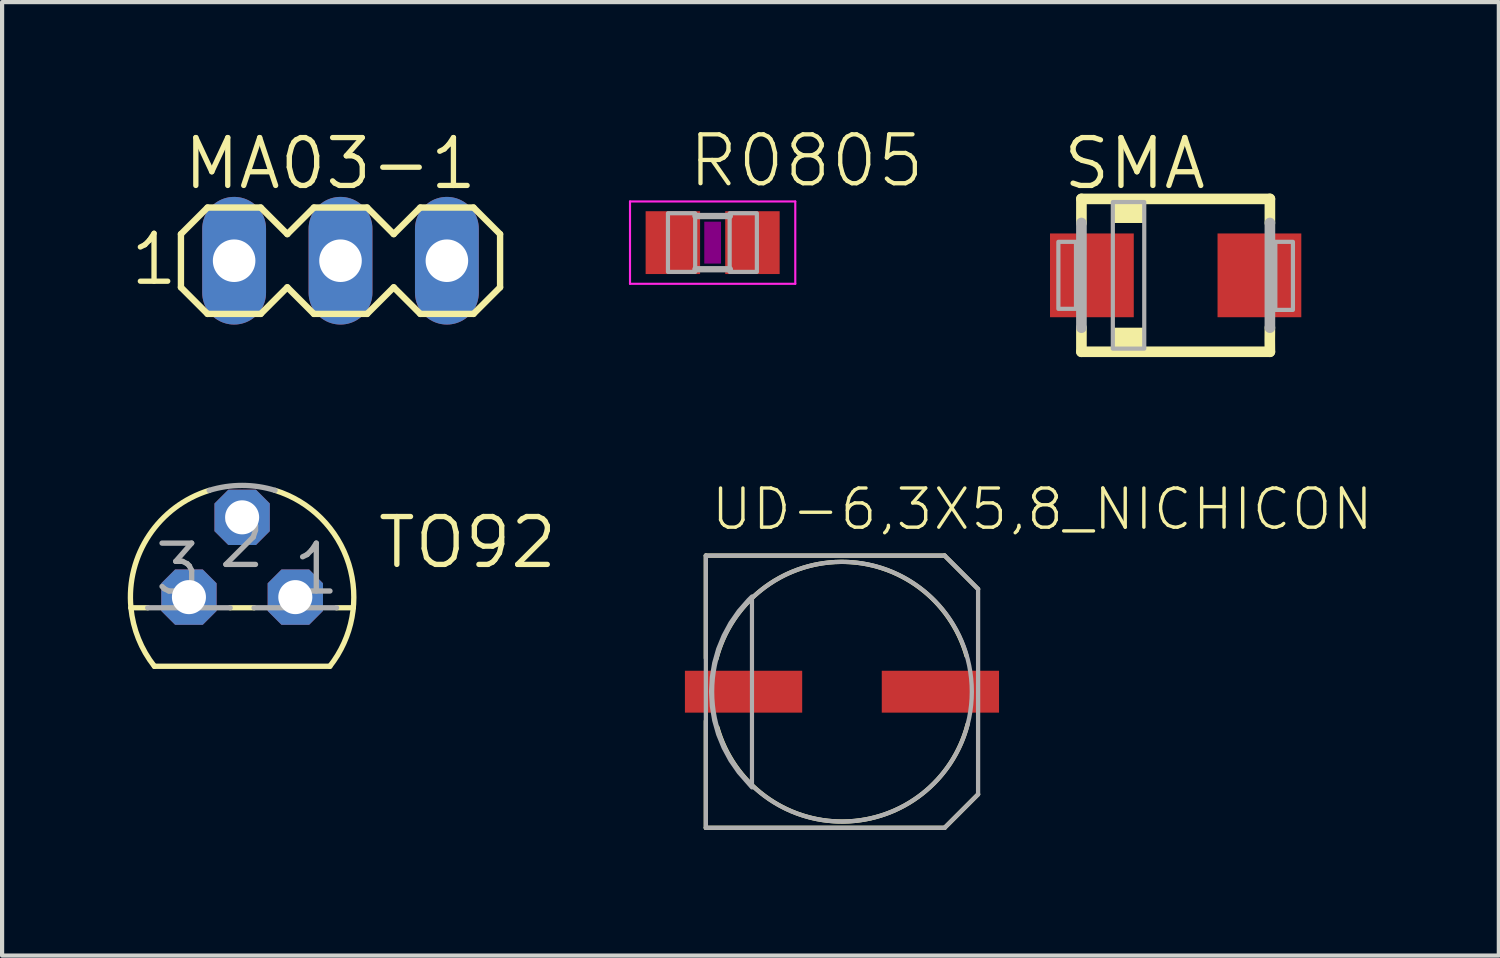
<source format=kicad_pcb>
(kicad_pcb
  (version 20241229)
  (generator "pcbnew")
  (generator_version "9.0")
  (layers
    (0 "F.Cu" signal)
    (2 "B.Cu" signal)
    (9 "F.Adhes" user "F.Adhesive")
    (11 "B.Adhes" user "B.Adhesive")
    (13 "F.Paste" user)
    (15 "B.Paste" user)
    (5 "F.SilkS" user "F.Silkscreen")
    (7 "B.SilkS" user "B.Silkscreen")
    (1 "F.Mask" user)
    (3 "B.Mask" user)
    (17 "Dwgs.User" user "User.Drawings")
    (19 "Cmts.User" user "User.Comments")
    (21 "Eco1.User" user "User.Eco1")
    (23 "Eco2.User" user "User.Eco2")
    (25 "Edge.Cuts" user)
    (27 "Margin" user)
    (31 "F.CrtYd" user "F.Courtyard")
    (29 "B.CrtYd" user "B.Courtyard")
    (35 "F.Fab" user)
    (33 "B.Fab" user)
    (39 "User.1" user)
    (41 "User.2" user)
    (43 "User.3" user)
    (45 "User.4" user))
  (footprint "TO92"
    (layer "F.Cu")
    (at 2.731 11.207)
    (property "Reference" "TO92" (at 3.175 -0.635 0) (layer "F.SilkS") (effects (font (size 1.143 1.143) (thickness 0.127)) (justify left bottom)))
    (fp_line (start -2.655 0.254) (end -2.254 0.254) (stroke (width 0.127) (type solid)) (layer "F.SilkS"))
    (fp_line (start -2.095 1.651) (end 2.095 1.651) (stroke (width 0.127) (type solid)) (layer "F.SilkS"))
    (fp_line (start -0.286 0.254) (end 0.286 0.254) (stroke (width 0.127) (type solid)) (layer "F.SilkS"))
    (fp_line (start 2.254 0.254) (end 2.655 0.254) (stroke (width 0.127) (type solid)) (layer "F.SilkS"))
    (fp_arc (start -2.6549 0.254) (mid -2.219001 -1.479566) (end -0.786299 -2.548501) (stroke (width 0.127) (type solid)) (layer "F.SilkS"))
    (fp_arc (start -2.0946 1.651) (mid -2.475347 0.992847) (end -2.654901 0.254) (stroke (width 0.127) (type solid)) (layer "F.SilkS"))
    (fp_arc (start 0.7863 -2.5484) (mid 2.546275 -0.793203) (end 2.094499 1.651) (stroke (width 0.127) (type solid)) (layer "F.SilkS"))
    (fp_line (start -2.254 0.254) (end -0.286 0.254) (stroke (width 0.127) (type solid)) (layer "F.Fab"))
    (fp_line (start 0.286 0.254) (end 2.254 0.254) (stroke (width 0.127) (type solid)) (layer "F.Fab"))
    (fp_arc (start -0.7863 -2.5485) (mid 0 -2.667043) (end 0.7863 -2.5485) (stroke (width 0.127) (type solid)) (layer "F.Fab"))
    (fp_text user "1" (at 1.143 0 0) (layer "F.Fab") (effects (font (size 1.143 1.143) (thickness 0.127)) (justify left bottom)))
    (fp_text user "3" (at -2.159 0 0) (layer "F.Fab") (effects (font (size 1.143 1.143) (thickness 0.127)) (justify left bottom)))
    (fp_text user "2" (at -0.635 -0.635 0) (layer "F.Fab") (effects (font (size 1.143 1.143) (thickness 0.127)) (justify left bottom)))
    (pad "1" thru_hole roundrect (at 1.27 0) (size 1.321 1.321) (drill 0.813) (layers "*.Cu" "*.Mask") (roundrect_rratio 0.25) (chamfer_ratio 0.25) (chamfer top_left top_right bottom_left bottom_right))
    (pad "2" thru_hole roundrect (at 0 -1.905) (size 1.321 1.321) (drill 0.813) (layers "*.Cu" "*.Mask") (roundrect_rratio 0.25) (chamfer_ratio 0.25) (chamfer top_left top_right bottom_left bottom_right))
    (pad "3" thru_hole roundrect (at -1.27 0) (size 1.321 1.321) (drill 0.813) (layers "*.Cu" "*.Mask") (roundrect_rratio 0.25) (chamfer_ratio 0.25) (chamfer top_left top_right bottom_left bottom_right)))
  (footprint "UD-6,3X5,8_NICHICON"
    (layer "F.Cu")
    (at 17.053 13.465)
    (property "Reference" "UD-6,3X5,8_NICHICON" (at -3.175 -3.81 0) (layer "F.SilkS") (effects (font (size 0.935 0.935) (thickness 0.081)) (justify left bottom)))
    (fp_line (start -3.25 -3.25) (end 2.45 -3.25) (stroke (width 0.102) (type solid)) (layer "F.SilkS"))
    (fp_line (start -3.25 -0.8) (end -3.25 -3.25) (stroke (width 0.102) (type solid)) (layer "F.SilkS"))
    (fp_line (start -3.25 3.25) (end -3.25 0.7) (stroke (width 0.102) (type solid)) (layer "F.SilkS"))
    (fp_line (start 2.45 -3.25) (end 3.25 -2.45) (stroke (width 0.102) (type solid)) (layer "F.SilkS"))
    (fp_line (start 2.45 3.25) (end -3.25 3.25) (stroke (width 0.102) (type solid)) (layer "F.SilkS"))
    (fp_line (start 3.25 2.45) (end 2.45 3.25) (stroke (width 0.102) (type solid)) (layer "F.SilkS"))
    (fp_arc (start -3 -0.775) (mid -0.04121 -3.099781) (end 2.975001 -0.85) (stroke (width 0.1016) (type solid)) (layer "F.SilkS"))
    (fp_arc (start 3 0.775) (mid 0.04121 3.099781) (end -2.975001 0.85) (stroke (width 0.1016) (type solid)) (layer "F.SilkS"))
    (fp_line (start -3.25 -3.25) (end 2.45 -3.25) (stroke (width 0.102) (type solid)) (layer "F.Fab"))
    (fp_line (start -3.25 3.25) (end -3.25 -3.25) (stroke (width 0.102) (type solid)) (layer "F.Fab"))
    (fp_line (start 2.45 -3.25) (end 3.25 -2.45) (stroke (width 0.102) (type solid)) (layer "F.Fab"))
    (fp_line (start 2.45 3.25) (end -3.25 3.25) (stroke (width 0.102) (type solid)) (layer "F.Fab"))
    (fp_line (start 3.25 -2.45) (end 3.25 2.45) (stroke (width 0.102) (type solid)) (layer "F.Fab"))
    (fp_line (start 3.25 2.45) (end 2.45 3.25) (stroke (width 0.102) (type solid)) (layer "F.Fab"))
    (fp_circle (center 0 0) (end 3.1 0) (stroke (width 0.102) (type solid)) (fill no) (layer "F.Fab"))
    (fp_poly (pts (xy -2.149 2.285) (xy -2.464 1.925) (xy -2.661 1.642) (xy -2.825 1.338) (xy -2.956 1.018) (xy -3.05 0.686) (xy -3.107 0.345) (xy -3.126 0.000001) (xy -3.107 -0.345) (xy -3.05 -0.686) (xy -2.956 -1.018) (xy -2.825 -1.338) (xy -2.661 -1.642) (xy -2.464 -1.925) (xy -2.237 -2.185) (xy -2.149 -2.273)) (stroke (width 0.1) (type solid)) (fill no) (layer "F.Fab"))
    (pad "+" smd rect (at 2.35 0) (size 2.8 1) (layers "F.Cu" "F.Mask" "F.Paste"))
    (pad "-" smd rect (at -2.35 0) (size 2.8 1) (layers "F.Cu" "F.Mask" "F.Paste")))
  (footprint "MA03-1"
    (layer "F.Cu")
    (at 5.08 3.175)
    (property "Reference" "MA03-1" (at -3.81 -1.651 0) (layer "F.SilkS") (effects (font (size 1.143 1.143) (thickness 0.127)) (justify left bottom)))
    (fp_line (start -3.81 -0.635) (end -3.81 0.635) (stroke (width 0.152) (type solid)) (layer "F.SilkS"))
    (fp_line (start -3.81 0.635) (end -3.175 1.27) (stroke (width 0.152) (type solid)) (layer "F.SilkS"))
    (fp_line (start -3.175 -1.27) (end -3.81 -0.635) (stroke (width 0.152) (type solid)) (layer "F.SilkS"))
    (fp_line (start -3.175 -1.27) (end -1.905 -1.27) (stroke (width 0.152) (type solid)) (layer "F.SilkS"))
    (fp_line (start -1.905 -1.27) (end -1.27 -0.635) (stroke (width 0.152) (type solid)) (layer "F.SilkS"))
    (fp_line (start -1.905 1.27) (end -3.175 1.27) (stroke (width 0.152) (type solid)) (layer "F.SilkS"))
    (fp_line (start -1.27 -0.635) (end -0.635 -1.27) (stroke (width 0.152) (type solid)) (layer "F.SilkS"))
    (fp_line (start -1.27 0.635) (end -1.905 1.27) (stroke (width 0.152) (type solid)) (layer "F.SilkS"))
    (fp_line (start -0.635 -1.27) (end 0.635 -1.27) (stroke (width 0.152) (type solid)) (layer "F.SilkS"))
    (fp_line (start -0.635 1.27) (end -1.27 0.635) (stroke (width 0.152) (type solid)) (layer "F.SilkS"))
    (fp_line (start 0.635 -1.27) (end 1.27 -0.635) (stroke (width 0.152) (type solid)) (layer "F.SilkS"))
    (fp_line (start 0.635 1.27) (end -0.635 1.27) (stroke (width 0.152) (type solid)) (layer "F.SilkS"))
    (fp_line (start 1.27 -0.635) (end 1.905 -1.27) (stroke (width 0.152) (type solid)) (layer "F.SilkS"))
    (fp_line (start 1.27 0.635) (end 0.635 1.27) (stroke (width 0.152) (type solid)) (layer "F.SilkS"))
    (fp_line (start 1.905 -1.27) (end 3.175 -1.27) (stroke (width 0.152) (type solid)) (layer "F.SilkS"))
    (fp_line (start 1.905 1.27) (end 1.27 0.635) (stroke (width 0.152) (type solid)) (layer "F.SilkS"))
    (fp_line (start 3.175 -1.27) (end 3.81 -0.635) (stroke (width 0.152) (type solid)) (layer "F.SilkS"))
    (fp_line (start 3.175 1.27) (end 1.905 1.27) (stroke (width 0.152) (type solid)) (layer "F.SilkS"))
    (fp_line (start 3.81 -0.635) (end 3.81 0.635) (stroke (width 0.152) (type solid)) (layer "F.SilkS"))
    (fp_line (start 3.81 0.635) (end 3.175 1.27) (stroke (width 0.152) (type solid)) (layer "F.SilkS"))
    (fp_poly (pts (xy -2.794 0.254) (xy -2.286 0.254) (xy -2.286 -0.254) (xy -2.794 -0.254)) (stroke (width 0.1) (type solid)) (fill no) (layer "F.Fab"))
    (fp_poly (pts (xy -0.254 0.254) (xy 0.254 0.254) (xy 0.254 -0.254) (xy -0.254 -0.254)) (stroke (width 0.1) (type solid)) (fill no) (layer "F.Fab"))
    (fp_poly (pts (xy 2.286 0.254) (xy 2.794 0.254) (xy 2.794 -0.254) (xy 2.286 -0.254)) (stroke (width 0.1) (type solid)) (fill no) (layer "F.Fab"))
    (fp_text user "1" (at -5.08 0.635 0) (layer "F.SilkS") (effects (font (size 1.143 1.143) (thickness 0.127)) (justify left bottom)))
    (pad "1" thru_hole oval (at -2.54 0 90) (size 3.048 1.524) (drill 1.016) (layers "*.Cu" "*.Mask"))
    (pad "2" thru_hole oval (at 0 0 90) (size 3.048 1.524) (drill 1.016) (layers "*.Cu" "*.Mask"))
    (pad "3" thru_hole oval (at 2.54 0 90) (size 3.048 1.524) (drill 1.016) (layers "*.Cu" "*.Mask")))
  (footprint "R0805"
    (layer "F.Cu")
    (at 13.965 2.743)
    (property "Reference" "R0805" (at -0.635 -1.27 0) (layer "F.SilkS") (effects (font (size 1.168 1.168) (thickness 0.102)) (justify left bottom)))
    (fp_poly (pts (xy -0.2 0.5) (xy 0.2 0.5) (xy 0.2 -0.5) (xy -0.2 -0.5)) (stroke (width 0) (type solid)) (fill yes) (layer "F.Adhes"))
    (fp_line (start -1.973 -0.983) (end 1.973 -0.983) (stroke (width 0.051) (type solid)) (layer "F.CrtYd"))
    (fp_line (start -1.973 0.983) (end -1.973 -0.983) (stroke (width 0.051) (type solid)) (layer "F.CrtYd"))
    (fp_line (start 1.973 -0.983) (end 1.973 0.983) (stroke (width 0.051) (type solid)) (layer "F.CrtYd"))
    (fp_line (start 1.973 0.983) (end -1.973 0.983) (stroke (width 0.051) (type solid)) (layer "F.CrtYd"))
    (fp_line (start -0.41 -0.635) (end 0.41 -0.635) (stroke (width 0.152) (type solid)) (layer "F.Fab"))
    (fp_line (start -0.41 0.635) (end 0.41 0.635) (stroke (width 0.152) (type solid)) (layer "F.Fab"))
    (fp_poly (pts (xy -1.067 0.699) (xy -0.417 0.699) (xy -0.417 -0.702) (xy -1.067 -0.702)) (stroke (width 0.1) (type solid)) (fill no) (layer "F.Fab"))
    (fp_poly (pts (xy 0.406 0.699) (xy 1.056 0.699) (xy 1.056 -0.702) (xy 0.406 -0.702)) (stroke (width 0.1) (type solid)) (fill no) (layer "F.Fab"))
    (pad "1" smd rect (at -0.95 0) (size 1.3 1.5) (layers "F.Cu" "F.Mask" "F.Paste"))
    (pad "2" smd rect (at 0.95 0) (size 1.3 1.5) (layers "F.Cu" "F.Mask" "F.Paste")))
  (footprint "SMA"
    (layer "F.Cu")
    (at 25.02 3.524)
    (property "Reference" "SMA" (at -2.75 -2 0) (layer "F.SilkS") (effects (font (size 1.143 1.143) (thickness 0.127)) (justify left bottom)))
    (fp_line (start -2.25 -1.825) (end -2.25 -1.25) (stroke (width 0.254) (type solid)) (layer "F.SilkS"))
    (fp_line (start -2.25 -1.825) (end 2.25 -1.825) (stroke (width 0.254) (type solid)) (layer "F.SilkS"))
    (fp_line (start -2.25 1.825) (end -2.25 1.25) (stroke (width 0.254) (type solid)) (layer "F.SilkS"))
    (fp_line (start 2.25 -1.825) (end 2.25 -1.25) (stroke (width 0.254) (type solid)) (layer "F.SilkS"))
    (fp_line (start 2.25 1.825) (end -2.25 1.825) (stroke (width 0.254) (type solid)) (layer "F.SilkS"))
    (fp_arc (start 2.25 1.825) (mid 2.247611 1.5375) (end 2.25 1.25) (stroke (width 0.254) (type solid)) (layer "F.SilkS"))
    (fp_poly (pts (xy -1.5 -1.25) (xy -0.75 -1.25) (xy -0.75 -1.75) (xy -1.5 -1.75)) (stroke (width 0) (type solid)) (fill yes) (layer "F.SilkS"))
    (fp_poly (pts (xy -1.5 1.75) (xy -0.75 1.75) (xy -0.75 1.25) (xy -1.5 1.25)) (stroke (width 0) (type solid)) (fill yes) (layer "F.SilkS"))
    (fp_line (start -2.25 1.25) (end -2.25 -1.25) (stroke (width 0.254) (type solid)) (layer "F.Fab"))
    (fp_line (start 2.25 -1.25) (end 2.25 1.25) (stroke (width 0.254) (type solid)) (layer "F.Fab"))
    (fp_poly (pts (xy -2.8 0.8) (xy -2.38 0.8) (xy -2.38 -0.8) (xy -2.8 -0.8)) (stroke (width 0.1) (type solid)) (fill no) (layer "F.Fab"))
    (fp_poly (pts (xy -1.5 1.75) (xy -0.75 1.75) (xy -0.75 -1.75) (xy -1.5 -1.75)) (stroke (width 0.1) (type solid)) (fill no) (layer "F.Fab"))
    (fp_poly (pts (xy 2.38 0.825) (xy 2.8 0.825) (xy 2.8 -0.8) (xy 2.38 -0.8)) (stroke (width 0.1) (type solid)) (fill no) (layer "F.Fab"))
    (pad "A" smd rect (at 2 0) (size 2 2) (layers "F.Cu" "F.Mask" "F.Paste"))
    (pad "C" smd rect (at -2 0) (size 2 2) (layers "F.Cu" "F.Mask" "F.Paste")))
  (gr_rect
    (start -3 -3)
    (end 32.736 19.765)
    (stroke (width 0.1) (type default))
    (fill no)
    (layer "Edge.Cuts")))
</source>
